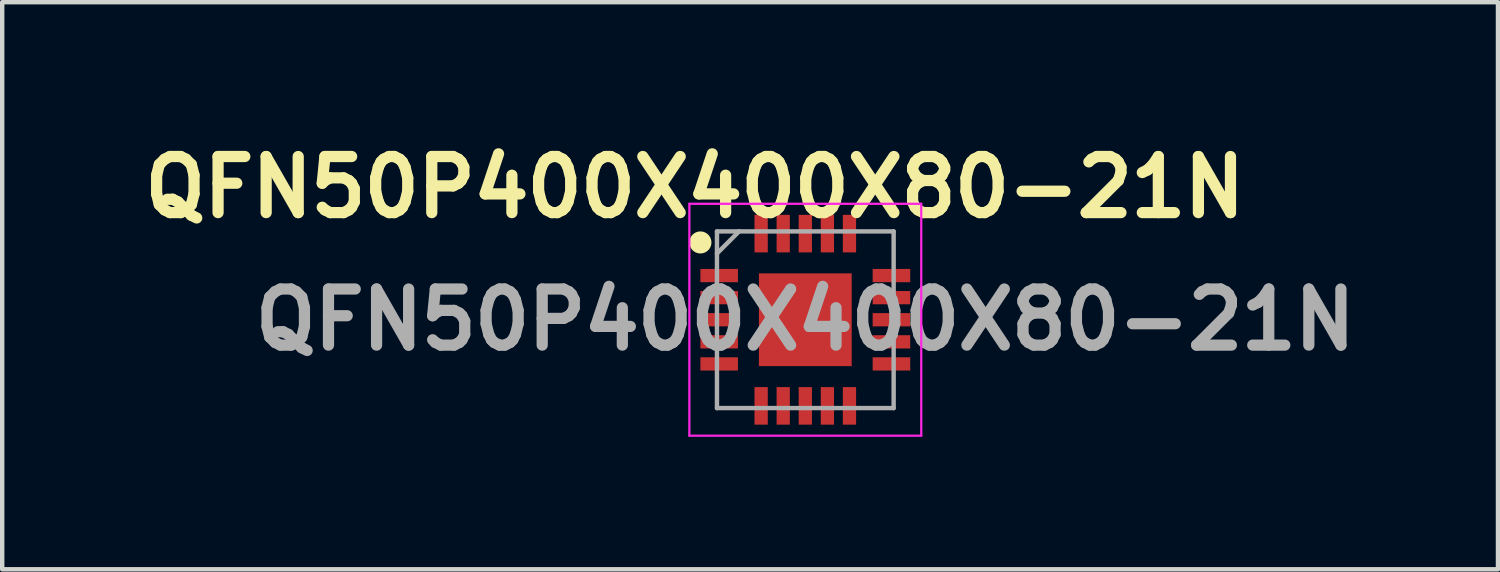
<source format=kicad_pcb>
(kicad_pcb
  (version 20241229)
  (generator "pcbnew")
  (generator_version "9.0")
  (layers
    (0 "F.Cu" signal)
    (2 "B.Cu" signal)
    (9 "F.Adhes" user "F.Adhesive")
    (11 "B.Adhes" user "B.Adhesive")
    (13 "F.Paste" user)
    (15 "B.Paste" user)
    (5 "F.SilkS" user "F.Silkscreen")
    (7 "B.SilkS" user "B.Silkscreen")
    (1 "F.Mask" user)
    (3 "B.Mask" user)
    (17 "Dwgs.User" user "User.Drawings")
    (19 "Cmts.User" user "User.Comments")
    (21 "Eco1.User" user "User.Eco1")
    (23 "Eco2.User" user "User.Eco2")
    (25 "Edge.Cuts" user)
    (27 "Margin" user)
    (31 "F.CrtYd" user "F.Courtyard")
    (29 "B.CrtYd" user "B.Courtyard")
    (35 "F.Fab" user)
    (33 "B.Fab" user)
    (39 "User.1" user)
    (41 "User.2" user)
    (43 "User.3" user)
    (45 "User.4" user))
  (footprint "QFN50P400X400X80-21N"
    (layer "F.Cu")
    (at 15.182 4.189)
    (property "Reference" "QFN50P400X400X80-21N" (at -2.5 -3 0) (layer "F.SilkS") (effects (font (size 1.27 1.27) (thickness 0.254))))
    (attr smd)
    (fp_circle (center -2.375 -1.75) (end -2.375 -1.625) (stroke (width 0.25) (type solid)) (fill no) (layer "F.SilkS"))
    (fp_line (start -2.625 -2.625) (end 2.625 -2.625) (stroke (width 0.05) (type solid)) (layer "F.CrtYd"))
    (fp_line (start -2.625 2.625) (end -2.625 -2.625) (stroke (width 0.05) (type solid)) (layer "F.CrtYd"))
    (fp_line (start 2.625 -2.625) (end 2.625 2.625) (stroke (width 0.05) (type solid)) (layer "F.CrtYd"))
    (fp_line (start 2.625 2.625) (end -2.625 2.625) (stroke (width 0.05) (type solid)) (layer "F.CrtYd"))
    (fp_line (start -2 -2) (end 2 -2) (stroke (width 0.1) (type solid)) (layer "F.Fab"))
    (fp_line (start -2 -1.5) (end -1.5 -2) (stroke (width 0.1) (type solid)) (layer "F.Fab"))
    (fp_line (start -2 2) (end -2 -2) (stroke (width 0.1) (type solid)) (layer "F.Fab"))
    (fp_line (start 2 -2) (end 2 2) (stroke (width 0.1) (type solid)) (layer "F.Fab"))
    (fp_line (start 2 2) (end -2 2) (stroke (width 0.1) (type solid)) (layer "F.Fab"))
    (fp_text user "${REFERENCE}" (at 0 0 0) (layer "F.Fab") (effects (font (size 1.27 1.27) (thickness 0.254))))
    (pad "1" smd rect (at -1.95 -1 90) (size 0.3 0.85) (layers "F.Cu" "F.Mask" "F.Paste"))
    (pad "2" smd rect (at -1.95 -0.5 90) (size 0.3 0.85) (layers "F.Cu" "F.Mask" "F.Paste"))
    (pad "3" smd rect (at -1.95 0 90) (size 0.3 0.85) (layers "F.Cu" "F.Mask" "F.Paste"))
    (pad "4" smd rect (at -1.95 0.5 90) (size 0.3 0.85) (layers "F.Cu" "F.Mask" "F.Paste"))
    (pad "5" smd rect (at -1.95 1 90) (size 0.3 0.85) (layers "F.Cu" "F.Mask" "F.Paste"))
    (pad "6" smd rect (at -1 1.95) (size 0.3 0.85) (layers "F.Cu" "F.Mask" "F.Paste"))
    (pad "7" smd rect (at -0.5 1.95) (size 0.3 0.85) (layers "F.Cu" "F.Mask" "F.Paste"))
    (pad "8" smd rect (at 0 1.95) (size 0.3 0.85) (layers "F.Cu" "F.Mask" "F.Paste"))
    (pad "9" smd rect (at 0.5 1.95) (size 0.3 0.85) (layers "F.Cu" "F.Mask" "F.Paste"))
    (pad "10" smd rect (at 1 1.95) (size 0.3 0.85) (layers "F.Cu" "F.Mask" "F.Paste"))
    (pad "11" smd rect (at 1.95 1 90) (size 0.3 0.85) (layers "F.Cu" "F.Mask" "F.Paste"))
    (pad "12" smd rect (at 1.95 0.5 90) (size 0.3 0.85) (layers "F.Cu" "F.Mask" "F.Paste"))
    (pad "13" smd rect (at 1.95 0 90) (size 0.3 0.85) (layers "F.Cu" "F.Mask" "F.Paste"))
    (pad "14" smd rect (at 1.95 -0.5 90) (size 0.3 0.85) (layers "F.Cu" "F.Mask" "F.Paste"))
    (pad "15" smd rect (at 1.95 -1 90) (size 0.3 0.85) (layers "F.Cu" "F.Mask" "F.Paste"))
    (pad "16" smd rect (at 1 -1.95) (size 0.3 0.85) (layers "F.Cu" "F.Mask" "F.Paste"))
    (pad "17" smd rect (at 0.5 -1.95) (size 0.3 0.85) (layers "F.Cu" "F.Mask" "F.Paste"))
    (pad "18" smd rect (at 0 -1.95) (size 0.3 0.85) (layers "F.Cu" "F.Mask" "F.Paste"))
    (pad "19" smd rect (at -0.5 -1.95) (size 0.3 0.85) (layers "F.Cu" "F.Mask" "F.Paste"))
    (pad "20" smd rect (at -1 -1.95) (size 0.3 0.85) (layers "F.Cu" "F.Mask" "F.Paste"))
    (pad "21" smd rect (at 0 0) (size 2.1 2.1) (layers "F.Cu" "F.Mask" "F.Paste")))
  (gr_rect
    (start -3 -3)
    (end 30.864 9.839)
    (stroke (width 0.1) (type default))
    (fill no)
    (layer "Edge.Cuts")))
</source>
